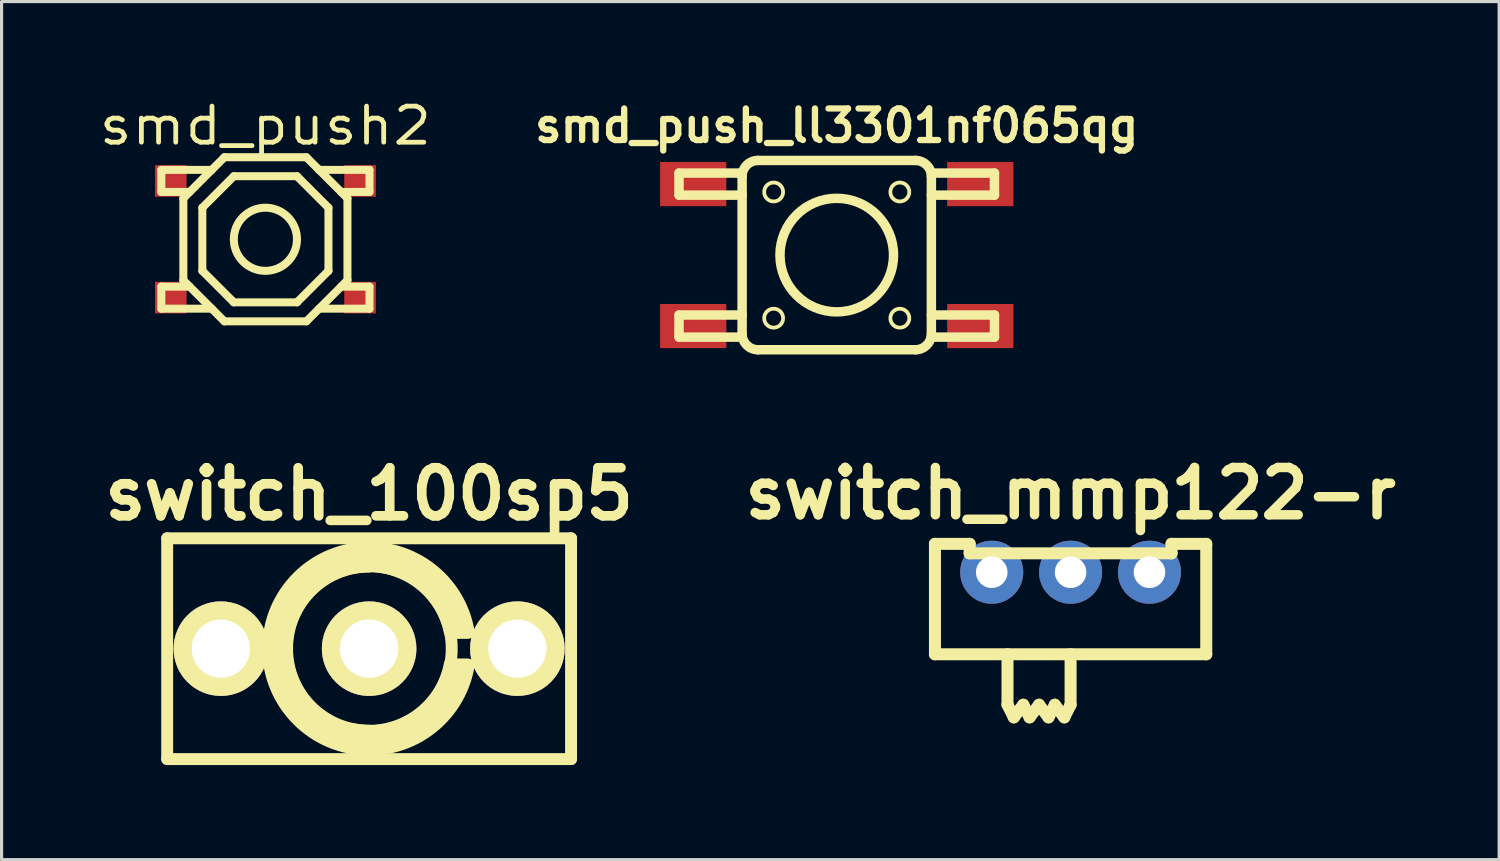
<source format=kicad_pcb>
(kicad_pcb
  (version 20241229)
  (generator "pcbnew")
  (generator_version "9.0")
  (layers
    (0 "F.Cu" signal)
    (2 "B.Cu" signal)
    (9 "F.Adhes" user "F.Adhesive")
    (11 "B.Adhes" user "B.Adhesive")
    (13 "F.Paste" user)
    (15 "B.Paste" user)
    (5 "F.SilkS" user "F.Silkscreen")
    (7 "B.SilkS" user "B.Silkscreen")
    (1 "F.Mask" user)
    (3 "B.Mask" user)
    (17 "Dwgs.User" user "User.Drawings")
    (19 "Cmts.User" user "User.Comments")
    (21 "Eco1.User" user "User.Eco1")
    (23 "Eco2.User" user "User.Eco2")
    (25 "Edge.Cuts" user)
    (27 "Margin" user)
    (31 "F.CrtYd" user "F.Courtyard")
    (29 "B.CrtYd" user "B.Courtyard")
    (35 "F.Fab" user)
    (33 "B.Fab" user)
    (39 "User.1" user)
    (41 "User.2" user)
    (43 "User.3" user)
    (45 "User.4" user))
  (footprint "switch_100sp5"
    (layer "F.Cu")
    (at 8.651 17.512)
    (property "Reference" "switch_100sp5" (at 0 -4.9 0) (layer "F.SilkS") (effects (font (size 1.524 1.524) (thickness 0.305))))
    (attr through_hole)
    (fp_line (start -6.401 -3.498) (end 6.401 -3.498) (stroke (width 0.378) (type solid)) (layer "F.SilkS"))
    (fp_line (start -6.401 3.5) (end -6.401 -3.5) (stroke (width 0.378) (type solid)) (layer "F.SilkS"))
    (fp_line (start 2.601 -0.5) (end 3.099 -0.5) (stroke (width 0.378) (type solid)) (layer "F.SilkS"))
    (fp_line (start 2.601 0.5) (end 3.099 0.5) (stroke (width 0.378) (type solid)) (layer "F.SilkS"))
    (fp_line (start 6.401 -3.5) (end 6.401 3.5) (stroke (width 0.378) (type solid)) (layer "F.SilkS"))
    (fp_line (start 6.401 3.5) (end -6.401 3.5) (stroke (width 0.378) (type solid)) (layer "F.SilkS"))
    (fp_arc (start -3.2004 0) (mid -2.263025 -2.263025) (end 0 -3.2004) (stroke (width 0.37846) (type solid)) (layer "F.SilkS"))
    (fp_arc (start -2.90068 0) (mid -2.05109 -2.05109) (end 0 -2.90068) (stroke (width 0.37846) (type solid)) (layer "F.SilkS"))
    (fp_arc (start -2.60096 0) (mid -1.839156 -1.839156) (end 0 -2.60096) (stroke (width 0.37846) (type solid)) (layer "F.SilkS"))
    (fp_arc (start -0.70104 -2.82956) (mid 1.505091 -2.496511) (end 2.82956 -0.70104) (stroke (width 0.37846) (type solid)) (layer "F.SilkS"))
    (fp_arc (start -0.5207 -2.56032) (mid 1.442229 -2.17861) (end 2.56032 -0.5207) (stroke (width 0.37846) (type solid)) (layer "F.SilkS"))
    (fp_arc (start -0.51054 -3.15976) (mid 1.873281 -2.595294) (end 3.15976 -0.51054) (stroke (width 0.37846) (type solid)) (layer "F.SilkS"))
    (fp_arc (start 0 2.60096) (mid -1.839156 1.839156) (end -2.60096 0) (stroke (width 0.37846) (type solid)) (layer "F.SilkS"))
    (fp_arc (start 0 2.90068) (mid -2.05109 2.05109) (end -2.90068 0) (stroke (width 0.37846) (type solid)) (layer "F.SilkS"))
    (fp_arc (start 0 3.2004) (mid -2.263025 2.263025) (end -3.2004 0) (stroke (width 0.37846) (type solid)) (layer "F.SilkS"))
    (fp_arc (start 2.56032 0.48006) (mid 1.470966 2.149873) (end -0.48006 2.56032) (stroke (width 0.37846) (type solid)) (layer "F.SilkS"))
    (fp_arc (start 2.83972 0.70104) (mid 1.512275 2.503695) (end -0.70104 2.83972) (stroke (width 0.37846) (type solid)) (layer "F.SilkS"))
    (fp_arc (start 3.15976 0.51054) (mid 1.873281 2.595294) (end -0.51054 3.15976) (stroke (width 0.37846) (type solid)) (layer "F.SilkS"))
    (fp_circle (center 0 0) (end -2.601 0.3) (stroke (width 0.378) (type solid)) (fill no) (layer "F.SilkS"))
    (pad "1" thru_hole circle (at -4.699 0) (size 2.997 2.997) (drill 1.847) (layers "*.Cu" "*.Mask" "F.SilkS"))
    (pad "2" thru_hole circle (at 0 0) (size 2.997 2.997) (drill 1.847) (layers "*.Cu" "*.Mask" "F.SilkS"))
    (pad "3" thru_hole circle (at 4.699 0) (size 2.997 2.997) (drill 1.847) (layers "*.Cu" "*.Mask" "F.SilkS")))
  (footprint "smd_push2"
    (layer "F.Cu")
    (at 5.363 4.535)
    (property "Reference" "smd_push2" (at 0 -3.599 0) (layer "F.SilkS") (effects (font (size 1.143 1.27) (thickness 0.152))))
    (attr smd)
    (fp_line (start -3.299 -2.2) (end -3.299 -1.501) (stroke (width 0.254) (type solid)) (layer "F.SilkS"))
    (fp_line (start -3.299 -1.501) (end -2.4 -1.501) (stroke (width 0.254) (type solid)) (layer "F.SilkS"))
    (fp_line (start -3.299 1.501) (end -3.299 2.2) (stroke (width 0.254) (type solid)) (layer "F.SilkS"))
    (fp_line (start -3.299 1.501) (end -2.4 1.501) (stroke (width 0.254) (type solid)) (layer "F.SilkS"))
    (fp_line (start -3.299 2.2) (end -1.699 2.2) (stroke (width 0.254) (type solid)) (layer "F.SilkS"))
    (fp_line (start -2.601 -1.3) (end -2.601 1.3) (stroke (width 0.254) (type solid)) (layer "F.SilkS"))
    (fp_line (start -2.601 1.3) (end -1.3 2.601) (stroke (width 0.254) (type solid)) (layer "F.SilkS"))
    (fp_line (start -1.999 -1.001) (end -1.999 1.001) (stroke (width 0.254) (type solid)) (layer "F.SilkS"))
    (fp_line (start -1.999 1.001) (end -1.001 1.999) (stroke (width 0.254) (type solid)) (layer "F.SilkS"))
    (fp_line (start -1.699 -2.2) (end -3.299 -2.2) (stroke (width 0.254) (type solid)) (layer "F.SilkS"))
    (fp_line (start -1.3 -2.601) (end -2.601 -1.3) (stroke (width 0.254) (type solid)) (layer "F.SilkS"))
    (fp_line (start -1.3 2.601) (end 1.3 2.601) (stroke (width 0.254) (type solid)) (layer "F.SilkS"))
    (fp_line (start -1.001 -1.999) (end -1.999 -1.001) (stroke (width 0.254) (type solid)) (layer "F.SilkS"))
    (fp_line (start -1.001 1.999) (end 1.001 1.999) (stroke (width 0.254) (type solid)) (layer "F.SilkS"))
    (fp_line (start 1.001 -1.999) (end -1.001 -1.999) (stroke (width 0.254) (type solid)) (layer "F.SilkS"))
    (fp_line (start 1.001 1.999) (end 1.999 1.001) (stroke (width 0.254) (type solid)) (layer "F.SilkS"))
    (fp_line (start 1.3 -2.601) (end -1.3 -2.601) (stroke (width 0.254) (type solid)) (layer "F.SilkS"))
    (fp_line (start 1.3 2.601) (end 2.601 1.3) (stroke (width 0.254) (type solid)) (layer "F.SilkS"))
    (fp_line (start 1.699 2.2) (end 3.299 2.2) (stroke (width 0.254) (type solid)) (layer "F.SilkS"))
    (fp_line (start 1.999 -1.001) (end 1.001 -1.999) (stroke (width 0.254) (type solid)) (layer "F.SilkS"))
    (fp_line (start 1.999 1.001) (end 1.999 -1.001) (stroke (width 0.254) (type solid)) (layer "F.SilkS"))
    (fp_line (start 2.4 -1.501) (end 3.299 -1.501) (stroke (width 0.254) (type solid)) (layer "F.SilkS"))
    (fp_line (start 2.601 -1.3) (end 1.3 -2.601) (stroke (width 0.254) (type solid)) (layer "F.SilkS"))
    (fp_line (start 2.601 1.3) (end 2.601 -1.3) (stroke (width 0.254) (type solid)) (layer "F.SilkS"))
    (fp_line (start 3.299 -2.2) (end 1.699 -2.2) (stroke (width 0.254) (type solid)) (layer "F.SilkS"))
    (fp_line (start 3.299 -1.501) (end 3.299 -2.2) (stroke (width 0.254) (type solid)) (layer "F.SilkS"))
    (fp_line (start 3.299 1.501) (end 2.4 1.501) (stroke (width 0.254) (type solid)) (layer "F.SilkS"))
    (fp_line (start 3.299 2.2) (end 3.299 1.501) (stroke (width 0.254) (type solid)) (layer "F.SilkS"))
    (fp_circle (center 0 0) (end -1.001 0) (stroke (width 0.254) (type solid)) (fill no) (layer "F.SilkS"))
    (pad "1" smd rect (at -3 -1.849) (size 1.001 1.001) (layers "F.Cu" "F.Mask" "F.Paste"))
    (pad "2" smd rect (at 3 1.849) (size 1.001 1.001) (layers "F.Cu" "F.Mask" "F.Paste"))
    (pad "3" smd rect (at -3 1.849) (size 1.001 1.001) (layers "F.Cu" "F.Mask" "F.Paste"))
    (pad "4" smd rect (at 3 -1.849) (size 1.001 1.001) (layers "F.Cu" "F.Mask" "F.Paste")))
  (footprint "smd_push_ll3301nf065qg"
    (layer "F.Cu")
    (at 23.474 5.036)
    (property "Reference" "smd_push_ll3301nf065qg" (at 0 -4.1 0) (layer "F.SilkS") (effects (font (size 1 1) (thickness 0.2))))
    (attr smd)
    (fp_line (start -5 -2.6) (end -5 -1.9) (stroke (width 0.3) (type solid)) (layer "F.SilkS"))
    (fp_line (start -5 -1.9) (end -3 -1.9) (stroke (width 0.3) (type solid)) (layer "F.SilkS"))
    (fp_line (start -5 1.9) (end -5 2.6) (stroke (width 0.3) (type solid)) (layer "F.SilkS"))
    (fp_line (start -5 2.6) (end -3 2.6) (stroke (width 0.3) (type solid)) (layer "F.SilkS"))
    (fp_line (start -3 -2.6) (end -5 -2.6) (stroke (width 0.3) (type solid)) (layer "F.SilkS"))
    (fp_line (start -3 -1.9) (end -3 -2.6) (stroke (width 0.12) (type solid)) (layer "F.SilkS"))
    (fp_line (start -3 1.9) (end -5 1.9) (stroke (width 0.3) (type solid)) (layer "F.SilkS"))
    (fp_line (start -3 2.5) (end -3 -2.5) (stroke (width 0.3) (type solid)) (layer "F.SilkS"))
    (fp_line (start -3 2.6) (end -3 1.9) (stroke (width 0.12) (type solid)) (layer "F.SilkS"))
    (fp_line (start -2.5 -3) (end 2.5 -3) (stroke (width 0.3) (type solid)) (layer "F.SilkS"))
    (fp_line (start 2.5 3) (end -2.5 3) (stroke (width 0.3) (type solid)) (layer "F.SilkS"))
    (fp_line (start 3 -2.6) (end 3 -1.9) (stroke (width 0.12) (type solid)) (layer "F.SilkS"))
    (fp_line (start 3 -2.5) (end 3 2.5) (stroke (width 0.3) (type solid)) (layer "F.SilkS"))
    (fp_line (start 3 -1.9) (end 5 -1.9) (stroke (width 0.3) (type solid)) (layer "F.SilkS"))
    (fp_line (start 3 1.9) (end 3 2.6) (stroke (width 0.12) (type solid)) (layer "F.SilkS"))
    (fp_line (start 3 2.6) (end 5 2.6) (stroke (width 0.3) (type solid)) (layer "F.SilkS"))
    (fp_line (start 5 -2.6) (end 3 -2.6) (stroke (width 0.3) (type solid)) (layer "F.SilkS"))
    (fp_line (start 5 -1.9) (end 5 -2.6) (stroke (width 0.3) (type solid)) (layer "F.SilkS"))
    (fp_line (start 5 1.9) (end 3 1.9) (stroke (width 0.3) (type solid)) (layer "F.SilkS"))
    (fp_line (start 5 2.6) (end 5 1.9) (stroke (width 0.3) (type solid)) (layer "F.SilkS"))
    (fp_arc (start -3 -2.5) (mid -2.853553 -2.853553) (end -2.5 -3) (stroke (width 0.3) (type solid)) (layer "F.SilkS"))
    (fp_arc (start -2.5 3) (mid -2.853553 2.853553) (end -3 2.5) (stroke (width 0.3) (type solid)) (layer "F.SilkS"))
    (fp_arc (start 2.5 -3) (mid 2.853553 -2.853553) (end 3 -2.5) (stroke (width 0.3) (type solid)) (layer "F.SilkS"))
    (fp_arc (start 3 2.5) (mid 2.853553 2.853553) (end 2.5 3) (stroke (width 0.3) (type solid)) (layer "F.SilkS"))
    (fp_circle (center -2 -2) (end -1.7 -2) (stroke (width 0.12) (type solid)) (fill no) (layer "F.SilkS"))
    (fp_circle (center -2 2) (end -1.7 2) (stroke (width 0.12) (type solid)) (fill no) (layer "F.SilkS"))
    (fp_circle (center 0 0) (end 1.8 0) (stroke (width 0.3) (type solid)) (fill no) (layer "F.SilkS"))
    (fp_circle (center 2 -2) (end 2.3 -2) (stroke (width 0.12) (type solid)) (fill no) (layer "F.SilkS"))
    (fp_circle (center 2 2) (end 2.3 2) (stroke (width 0.12) (type solid)) (fill no) (layer "F.SilkS"))
    (pad "1" smd rect (at -4.55 -2.25) (size 2.1 1.4) (layers "F.Cu" "F.Mask" "F.Paste"))
    (pad "1" smd rect (at -4.55 2.25) (size 2.1 1.4) (layers "F.Cu" "F.Mask" "F.Paste"))
    (pad "2" smd rect (at 4.55 -2.25) (size 2.1 1.4) (layers "F.Cu" "F.Mask" "F.Paste"))
    (pad "2" smd rect (at 4.55 2.25) (size 2.1 1.4) (layers "F.Cu" "F.Mask" "F.Paste")))
  (footprint "switch_mmp122-r"
    (layer "F.Cu")
    (at 30.887 15.09)
    (property "Reference" "switch_mmp122-r" (at 0 -2.5 0) (layer "F.SilkS") (effects (font (size 1.5 1.5) (thickness 0.3))))
    (attr through_hole)
    (fp_line (start -4.3 -0.9) (end -4.3 2.6) (stroke (width 0.381) (type solid)) (layer "F.SilkS"))
    (fp_line (start -4.3 2.6) (end 4.3 2.6) (stroke (width 0.381) (type solid)) (layer "F.SilkS"))
    (fp_line (start -3.2 -0.9) (end -4.3 -0.9) (stroke (width 0.381) (type solid)) (layer "F.SilkS"))
    (fp_line (start -3.2 -0.6) (end -3.2 -0.9) (stroke (width 0.381) (type solid)) (layer "F.SilkS"))
    (fp_line (start -2 2.6) (end -2 4.2) (stroke (width 0.381) (type solid)) (layer "F.SilkS"))
    (fp_line (start -2 4.2) (end -1.8 4.6) (stroke (width 0.381) (type solid)) (layer "F.SilkS"))
    (fp_line (start -1.8 4.6) (end -1.5 4.2) (stroke (width 0.381) (type solid)) (layer "F.SilkS"))
    (fp_line (start -1.5 4.2) (end -1.3 4.6) (stroke (width 0.381) (type solid)) (layer "F.SilkS"))
    (fp_line (start -1.3 4.6) (end -1 4.2) (stroke (width 0.381) (type solid)) (layer "F.SilkS"))
    (fp_line (start -1 4.2) (end -0.7 4.6) (stroke (width 0.381) (type solid)) (layer "F.SilkS"))
    (fp_line (start -0.7 4.6) (end -0.5 4.2) (stroke (width 0.381) (type solid)) (layer "F.SilkS"))
    (fp_line (start -0.5 4.2) (end -0.2 4.6) (stroke (width 0.381) (type solid)) (layer "F.SilkS"))
    (fp_line (start -0.2 4.6) (end 0 4.2) (stroke (width 0.381) (type solid)) (layer "F.SilkS"))
    (fp_line (start 0 2.6) (end 0 4.2) (stroke (width 0.381) (type solid)) (layer "F.SilkS"))
    (fp_line (start 3.2 -0.9) (end 3.2 -0.6) (stroke (width 0.381) (type solid)) (layer "F.SilkS"))
    (fp_line (start 3.2 -0.6) (end -3.2 -0.6) (stroke (width 0.381) (type solid)) (layer "F.SilkS"))
    (fp_line (start 4.3 -0.9) (end 3.2 -0.9) (stroke (width 0.381) (type solid)) (layer "F.SilkS"))
    (fp_line (start 4.3 2.6) (end 4.3 -0.9) (stroke (width 0.381) (type solid)) (layer "F.SilkS"))
    (pad "1" thru_hole circle (at -2.5 0) (size 2 2) (drill 1) (layers "*.Cu" "*.Mask"))
    (pad "2" thru_hole circle (at 0 0) (size 2 2) (drill 1) (layers "*.Cu" "*.Mask"))
    (pad "3" thru_hole circle (at 2.5 0) (size 2 2) (drill 1) (layers "*.Cu" "*.Mask")))
  (gr_rect
    (start -3 -3)
    (end 44.472 24.201)
    (stroke (width 0.1) (type default))
    (fill no)
    (layer "Edge.Cuts")))
</source>
